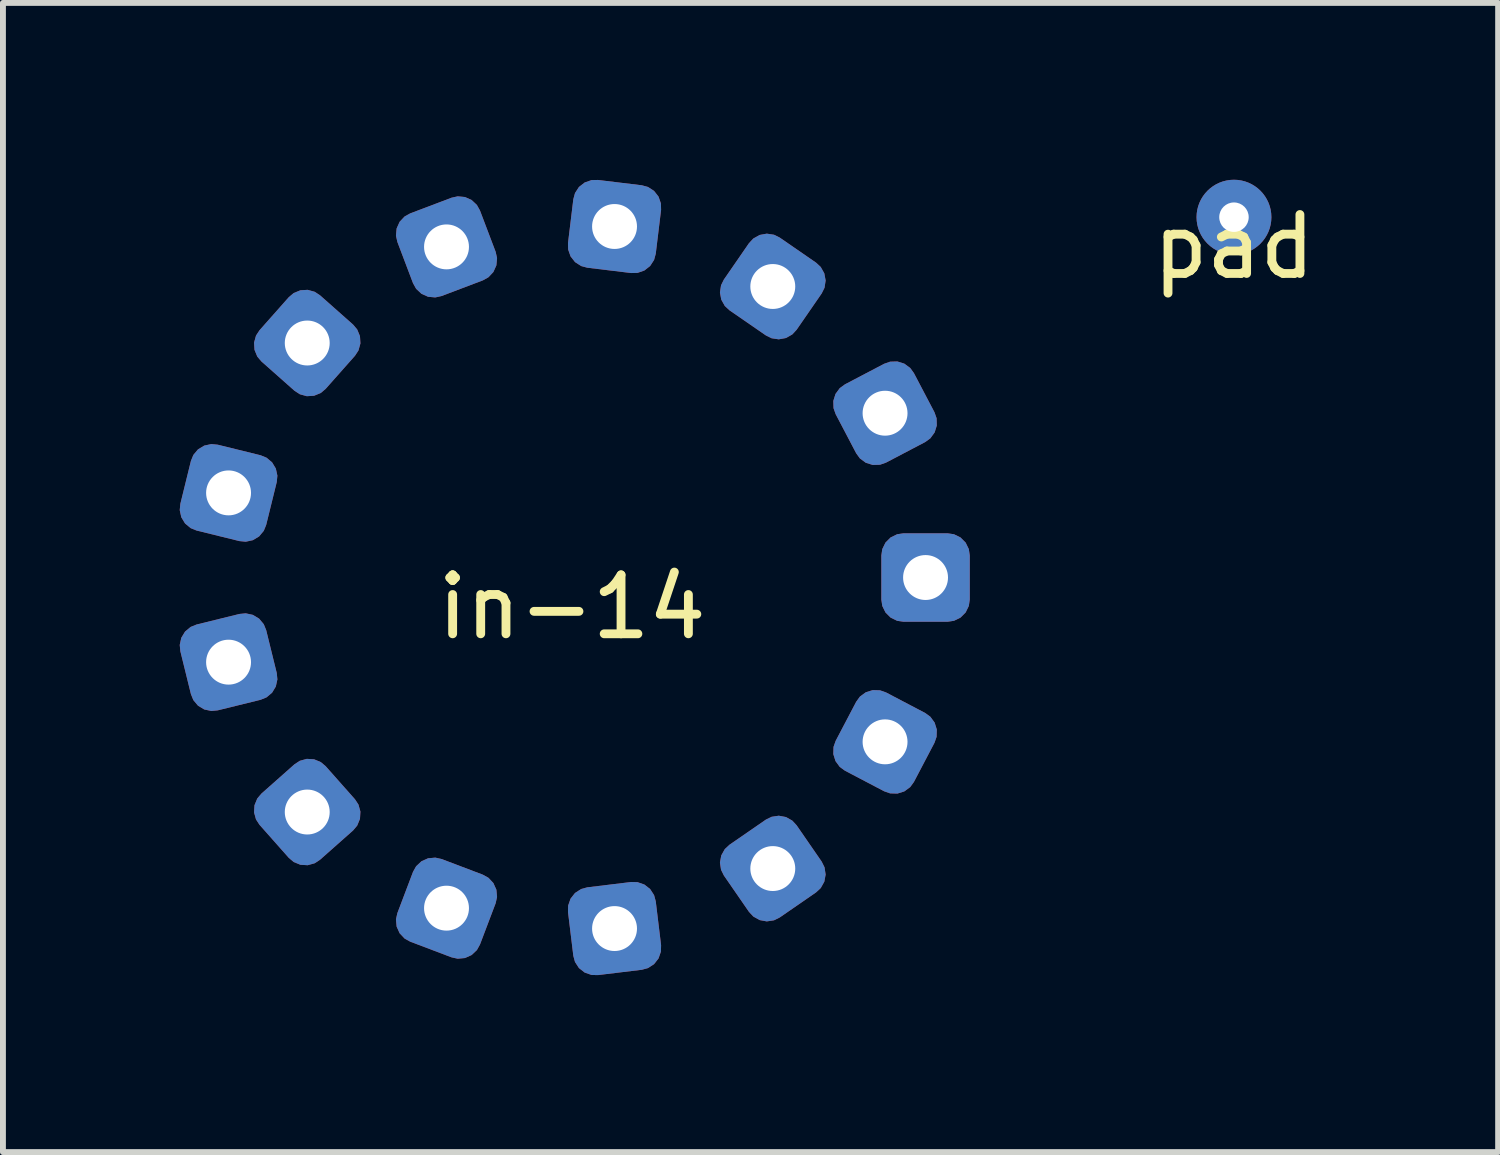
<source format=kicad_pcb>
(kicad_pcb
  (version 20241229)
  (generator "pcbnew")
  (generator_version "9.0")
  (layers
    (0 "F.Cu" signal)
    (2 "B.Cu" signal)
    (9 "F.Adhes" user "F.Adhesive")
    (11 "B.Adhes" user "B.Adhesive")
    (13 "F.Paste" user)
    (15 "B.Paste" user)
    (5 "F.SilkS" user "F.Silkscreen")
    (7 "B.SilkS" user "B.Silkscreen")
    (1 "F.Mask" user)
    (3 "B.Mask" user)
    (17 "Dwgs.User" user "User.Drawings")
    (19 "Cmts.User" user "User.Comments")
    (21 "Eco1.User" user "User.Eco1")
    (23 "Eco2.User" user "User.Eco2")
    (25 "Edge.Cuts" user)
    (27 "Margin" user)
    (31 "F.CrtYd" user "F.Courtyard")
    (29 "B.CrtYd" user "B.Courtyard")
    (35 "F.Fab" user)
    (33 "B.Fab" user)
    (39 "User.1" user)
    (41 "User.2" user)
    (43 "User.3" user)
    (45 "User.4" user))
  (footprint "in-14"
    (layer "F.Cu")
    (at 6.654 6.749)
    (property "Reference" "in-14" (at 0 0.5 0) (layer "F.SilkS") (effects (font (size 1 1) (thickness 0.15))))
    (attr through_hole)
    (pad "1" thru_hole roundrect (at 6 0) (size 1.5 1.5) (drill 0.762) (layers "*.Cu" "*.Mask") (roundrect_rratio 0.25))
    (pad "2" thru_hole roundrect (at 5.313 -2.788 27.692) (size 1.5 1.5) (drill 0.762) (layers "*.Cu" "*.Mask") (roundrect_rratio 0.25))
    (pad "3" thru_hole roundrect (at 3.408 -4.938 55.385) (size 1.5 1.5) (drill 0.762) (layers "*.Cu" "*.Mask") (roundrect_rratio 0.25))
    (pad "4" thru_hole roundrect (at 0.723 -5.956 83.077) (size 1.5 1.5) (drill 0.762) (layers "*.Cu" "*.Mask") (roundrect_rratio 0.25))
    (pad "5" thru_hole roundrect (at -2.128 -5.61 110.769) (size 1.5 1.5) (drill 0.762) (layers "*.Cu" "*.Mask") (roundrect_rratio 0.25))
    (pad "6" thru_hole roundrect (at -4.491 -3.979 138.462) (size 1.5 1.5) (drill 0.762) (layers "*.Cu" "*.Mask") (roundrect_rratio 0.25))
    (pad "7" thru_hole roundrect (at -5.826 -1.436 166.154) (size 1.5 1.5) (drill 0.762) (layers "*.Cu" "*.Mask") (roundrect_rratio 0.25))
    (pad "8" thru_hole roundrect (at -5.826 1.436 193.846) (size 1.5 1.5) (drill 0.762) (layers "*.Cu" "*.Mask") (roundrect_rratio 0.25))
    (pad "9" thru_hole roundrect (at -4.491 3.979 221.538) (size 1.5 1.5) (drill 0.762) (layers "*.Cu" "*.Mask") (roundrect_rratio 0.25))
    (pad "10" thru_hole roundrect (at -2.128 5.61 249.231) (size 1.5 1.5) (drill 0.762) (layers "*.Cu" "*.Mask") (roundrect_rratio 0.25))
    (pad "11" thru_hole roundrect (at 0.723 5.956 276.923) (size 1.5 1.5) (drill 0.762) (layers "*.Cu" "*.Mask") (roundrect_rratio 0.25))
    (pad "12" thru_hole roundrect (at 3.408 4.938 304.615) (size 1.5 1.5) (drill 0.762) (layers "*.Cu" "*.Mask") (roundrect_rratio 0.25))
    (pad "13" thru_hole roundrect (at 5.313 2.788 332.308) (size 1.5 1.5) (drill 0.762) (layers "*.Cu" "*.Mask") (roundrect_rratio 0.25)))
  (footprint "pad"
    (layer "F.Cu")
    (at 17.887 0.635)
    (property "Reference" "pad" (at 0 0.5 0) (layer "F.SilkS") (effects (font (size 1 1) (thickness 0.15))))
    (attr through_hole)
    (pad "1" thru_hole circle (at 0 0) (size 1.27 1.27) (drill 0.5) (layers "*.Cu" "*.Mask")))
  (gr_rect
    (start -3 -3)
    (end 22.369 16.497)
    (stroke (width 0.1) (type default))
    (fill no)
    (layer "Edge.Cuts")))
</source>
